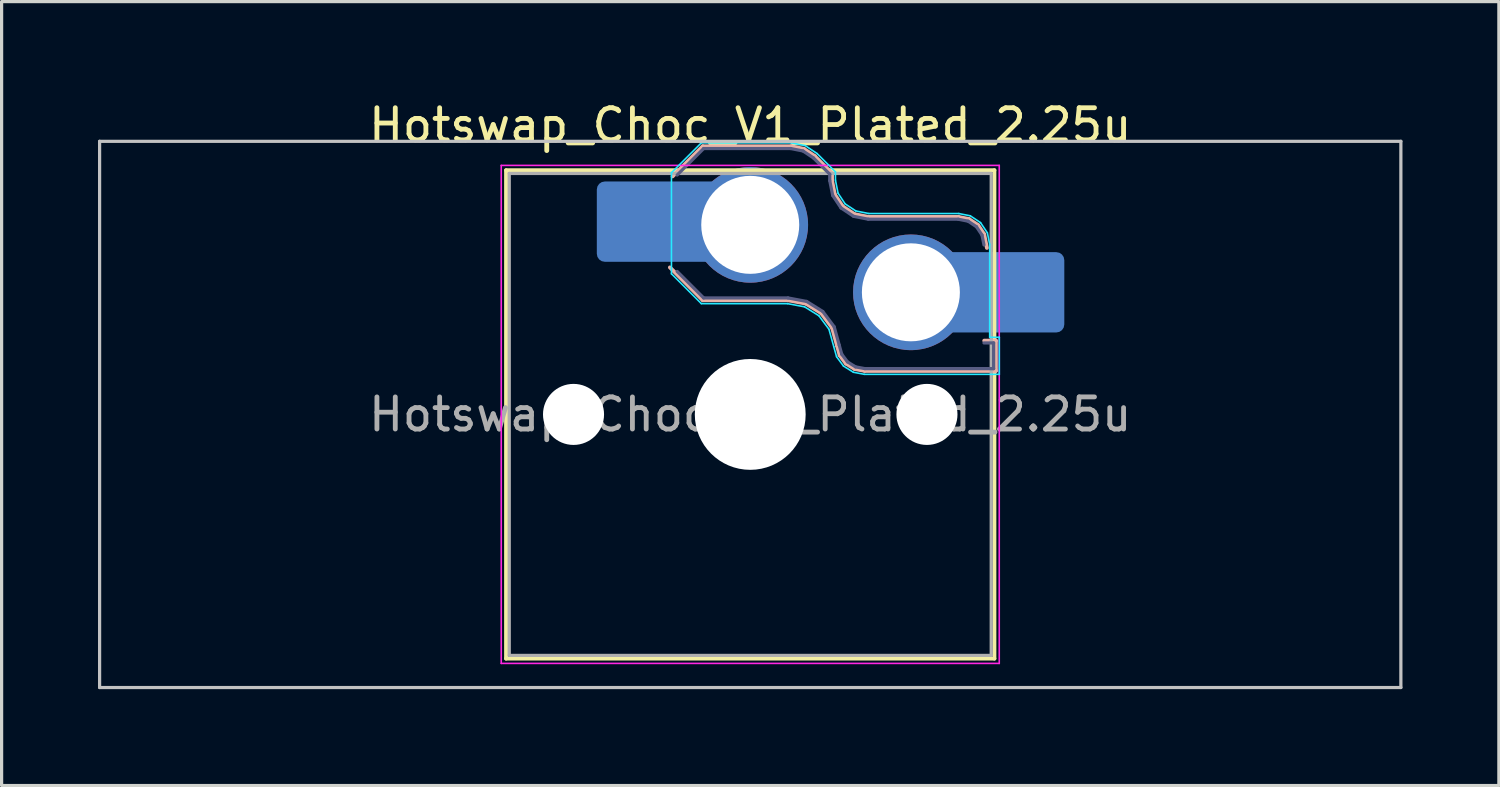
<source format=kicad_pcb>
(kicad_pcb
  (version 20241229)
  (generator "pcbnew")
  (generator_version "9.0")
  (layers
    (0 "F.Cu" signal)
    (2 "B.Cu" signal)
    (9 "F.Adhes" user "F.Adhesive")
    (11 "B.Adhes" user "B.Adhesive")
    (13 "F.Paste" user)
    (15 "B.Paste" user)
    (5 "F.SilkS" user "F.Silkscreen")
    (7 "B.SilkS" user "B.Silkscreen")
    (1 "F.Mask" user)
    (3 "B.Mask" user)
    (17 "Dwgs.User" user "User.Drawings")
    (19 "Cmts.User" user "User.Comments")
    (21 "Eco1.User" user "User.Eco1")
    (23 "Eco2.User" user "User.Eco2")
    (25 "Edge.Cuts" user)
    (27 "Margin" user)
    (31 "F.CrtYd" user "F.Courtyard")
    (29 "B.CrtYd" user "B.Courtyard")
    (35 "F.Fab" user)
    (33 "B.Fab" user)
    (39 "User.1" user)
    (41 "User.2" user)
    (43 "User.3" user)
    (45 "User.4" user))
  (footprint "Hotswap_Choc_V1_Plated_2.25u"
    (layer "F.Cu")
    (at 20.3 9.848)
    (property "Reference" "Hotswap_Choc_V1_Plated_2.25u" (at 0 -9 0) (layer "F.SilkS") (effects (font (size 1 1) (thickness 0.15))))
    (attr smd allow_soldermask_bridges)
    (fp_line (start -7.6 -7.6) (end -7.6 7.6) (stroke (width 0.12) (type solid)) (layer "F.SilkS"))
    (fp_line (start -7.6 7.6) (end 7.6 7.6) (stroke (width 0.12) (type solid)) (layer "F.SilkS"))
    (fp_line (start 7.6 -7.6) (end -7.6 -7.6) (stroke (width 0.12) (type solid)) (layer "F.SilkS"))
    (fp_line (start 7.6 7.6) (end 7.6 -7.6) (stroke (width 0.12) (type solid)) (layer "F.SilkS"))
    (fp_line (start -2.416 -7.409) (end -1.479 -8.346) (stroke (width 0.12) (type solid)) (layer "B.SilkS"))
    (fp_line (start -1.479 -8.346) (end 1.268 -8.346) (stroke (width 0.12) (type solid)) (layer "B.SilkS"))
    (fp_line (start -1.479 -3.554) (end -2.5 -4.575) (stroke (width 0.12) (type solid)) (layer "B.SilkS"))
    (fp_line (start 1.168 -3.554) (end -1.479 -3.554) (stroke (width 0.12) (type solid)) (layer "B.SilkS"))
    (fp_line (start 1.268 -8.346) (end 1.671 -8.266) (stroke (width 0.12) (type solid)) (layer "B.SilkS"))
    (fp_line (start 1.671 -8.266) (end 2.013 -8.037) (stroke (width 0.12) (type solid)) (layer "B.SilkS"))
    (fp_line (start 1.73 -3.449) (end 1.168 -3.554) (stroke (width 0.12) (type solid)) (layer "B.SilkS"))
    (fp_line (start 2.013 -8.037) (end 2.546 -7.504) (stroke (width 0.12) (type solid)) (layer "B.SilkS"))
    (fp_line (start 2.209 -3.15) (end 1.73 -3.449) (stroke (width 0.12) (type solid)) (layer "B.SilkS"))
    (fp_line (start 2.546 -7.504) (end 2.546 -7.282) (stroke (width 0.12) (type solid)) (layer "B.SilkS"))
    (fp_line (start 2.546 -7.282) (end 2.633 -6.844) (stroke (width 0.12) (type solid)) (layer "B.SilkS"))
    (fp_line (start 2.547 -2.697) (end 2.209 -3.15) (stroke (width 0.12) (type solid)) (layer "B.SilkS"))
    (fp_line (start 2.633 -6.844) (end 2.877 -6.477) (stroke (width 0.12) (type solid)) (layer "B.SilkS"))
    (fp_line (start 2.701 -2.139) (end 2.547 -2.697) (stroke (width 0.12) (type solid)) (layer "B.SilkS"))
    (fp_line (start 2.783 -1.841) (end 2.701 -2.139) (stroke (width 0.12) (type solid)) (layer "B.SilkS"))
    (fp_line (start 2.877 -6.477) (end 3.244 -6.233) (stroke (width 0.12) (type solid)) (layer "B.SilkS"))
    (fp_line (start 2.976 -1.583) (end 2.783 -1.841) (stroke (width 0.12) (type solid)) (layer "B.SilkS"))
    (fp_line (start 3.244 -6.233) (end 3.682 -6.146) (stroke (width 0.12) (type solid)) (layer "B.SilkS"))
    (fp_line (start 3.25 -1.413) (end 2.976 -1.583) (stroke (width 0.12) (type solid)) (layer "B.SilkS"))
    (fp_line (start 3.56 -1.354) (end 3.25 -1.413) (stroke (width 0.12) (type solid)) (layer "B.SilkS"))
    (fp_line (start 3.682 -6.146) (end 6.482 -6.146) (stroke (width 0.12) (type solid)) (layer "B.SilkS"))
    (fp_line (start 6.482 -6.146) (end 6.809 -6.081) (stroke (width 0.12) (type solid)) (layer "B.SilkS"))
    (fp_line (start 6.809 -6.081) (end 7.092 -5.892) (stroke (width 0.12) (type solid)) (layer "B.SilkS"))
    (fp_line (start 7.092 -5.892) (end 7.281 -5.609) (stroke (width 0.12) (type solid)) (layer "B.SilkS"))
    (fp_line (start 7.281 -5.609) (end 7.366 -5.182) (stroke (width 0.12) (type solid)) (layer "B.SilkS"))
    (fp_line (start 7.283 -2.296) (end 7.646 -2.296) (stroke (width 0.12) (type solid)) (layer "B.SilkS"))
    (fp_line (start 7.646 -2.296) (end 7.646 -1.354) (stroke (width 0.12) (type solid)) (layer "B.SilkS"))
    (fp_line (start 7.646 -1.354) (end 3.56 -1.354) (stroke (width 0.12) (type solid)) (layer "B.SilkS"))
    (fp_line (start -20.25 -8.5) (end -20.25 8.5) (stroke (width 0.1) (type solid)) (layer "Dwgs.User"))
    (fp_line (start -20.25 8.5) (end 20.25 8.5) (stroke (width 0.1) (type solid)) (layer "Dwgs.User"))
    (fp_line (start 20.25 -8.5) (end -20.25 -8.5) (stroke (width 0.1) (type solid)) (layer "Dwgs.User"))
    (fp_line (start 20.25 8.5) (end 20.25 -8.5) (stroke (width 0.1) (type solid)) (layer "Dwgs.User"))
    (fp_line (start -7.25 -7.25) (end -7.25 7.25) (stroke (width 0.1) (type solid)) (layer "Eco1.User"))
    (fp_line (start -7.25 7.25) (end 7.25 7.25) (stroke (width 0.1) (type solid)) (layer "Eco1.User"))
    (fp_line (start 7.25 -7.25) (end -7.25 -7.25) (stroke (width 0.1) (type solid)) (layer "Eco1.User"))
    (fp_line (start 7.25 7.25) (end 7.25 -7.25) (stroke (width 0.1) (type solid)) (layer "Eco1.User"))
    (fp_line (start -2.452 -7.523) (end -1.523 -8.452) (stroke (width 0.05) (type solid)) (layer "B.CrtYd"))
    (fp_line (start -2.452 -4.377) (end -2.452 -7.523) (stroke (width 0.05) (type solid)) (layer "B.CrtYd"))
    (fp_line (start -1.523 -8.452) (end 1.278 -8.452) (stroke (width 0.05) (type solid)) (layer "B.CrtYd"))
    (fp_line (start -1.523 -3.448) (end -2.452 -4.377) (stroke (width 0.05) (type solid)) (layer "B.CrtYd"))
    (fp_line (start 1.159 -3.448) (end -1.523 -3.448) (stroke (width 0.05) (type solid)) (layer "B.CrtYd"))
    (fp_line (start 1.278 -8.452) (end 1.712 -8.366) (stroke (width 0.05) (type solid)) (layer "B.CrtYd"))
    (fp_line (start 1.691 -3.348) (end 1.159 -3.448) (stroke (width 0.05) (type solid)) (layer "B.CrtYd"))
    (fp_line (start 1.712 -8.366) (end 2.081 -8.119) (stroke (width 0.05) (type solid)) (layer "B.CrtYd"))
    (fp_line (start 2.081 -8.119) (end 2.652 -7.548) (stroke (width 0.05) (type solid)) (layer "B.CrtYd"))
    (fp_line (start 2.136 -3.071) (end 1.691 -3.348) (stroke (width 0.05) (type solid)) (layer "B.CrtYd"))
    (fp_line (start 2.45 -2.65) (end 2.136 -3.071) (stroke (width 0.05) (type solid)) (layer "B.CrtYd"))
    (fp_line (start 2.599 -2.111) (end 2.45 -2.65) (stroke (width 0.05) (type solid)) (layer "B.CrtYd"))
    (fp_line (start 2.652 -7.548) (end 2.652 -7.292) (stroke (width 0.05) (type solid)) (layer "B.CrtYd"))
    (fp_line (start 2.652 -7.292) (end 2.733 -6.885) (stroke (width 0.05) (type solid)) (layer "B.CrtYd"))
    (fp_line (start 2.687 -1.794) (end 2.599 -2.111) (stroke (width 0.05) (type solid)) (layer "B.CrtYd"))
    (fp_line (start 2.733 -6.885) (end 2.953 -6.553) (stroke (width 0.05) (type solid)) (layer "B.CrtYd"))
    (fp_line (start 2.903 -1.503) (end 2.687 -1.794) (stroke (width 0.05) (type solid)) (layer "B.CrtYd"))
    (fp_line (start 2.953 -6.553) (end 3.285 -6.333) (stroke (width 0.05) (type solid)) (layer "B.CrtYd"))
    (fp_line (start 3.211 -1.312) (end 2.903 -1.503) (stroke (width 0.05) (type solid)) (layer "B.CrtYd"))
    (fp_line (start 3.285 -6.333) (end 3.692 -6.252) (stroke (width 0.05) (type solid)) (layer "B.CrtYd"))
    (fp_line (start 3.55 -1.248) (end 3.211 -1.312) (stroke (width 0.05) (type solid)) (layer "B.CrtYd"))
    (fp_line (start 3.692 -6.252) (end 6.492 -6.252) (stroke (width 0.05) (type solid)) (layer "B.CrtYd"))
    (fp_line (start 6.492 -6.252) (end 6.85 -6.181) (stroke (width 0.05) (type solid)) (layer "B.CrtYd"))
    (fp_line (start 6.85 -6.181) (end 7.168 -5.968) (stroke (width 0.05) (type solid)) (layer "B.CrtYd"))
    (fp_line (start 7.168 -5.968) (end 7.381 -5.65) (stroke (width 0.05) (type solid)) (layer "B.CrtYd"))
    (fp_line (start 7.381 -5.65) (end 7.452 -5.292) (stroke (width 0.05) (type solid)) (layer "B.CrtYd"))
    (fp_line (start 7.452 -5.292) (end 7.452 -2.402) (stroke (width 0.05) (type solid)) (layer "B.CrtYd"))
    (fp_line (start 7.452 -2.402) (end 7.752 -2.402) (stroke (width 0.05) (type solid)) (layer "B.CrtYd"))
    (fp_line (start 7.752 -2.402) (end 7.752 -1.248) (stroke (width 0.05) (type solid)) (layer "B.CrtYd"))
    (fp_line (start 7.752 -1.248) (end 3.55 -1.248) (stroke (width 0.05) (type solid)) (layer "B.CrtYd"))
    (fp_line (start -7.75 -7.75) (end -7.75 7.75) (stroke (width 0.05) (type solid)) (layer "F.CrtYd"))
    (fp_line (start -7.75 7.75) (end 7.75 7.75) (stroke (width 0.05) (type solid)) (layer "F.CrtYd"))
    (fp_line (start 7.75 -7.75) (end -7.75 -7.75) (stroke (width 0.05) (type solid)) (layer "F.CrtYd"))
    (fp_line (start 7.75 7.75) (end 7.75 -7.75) (stroke (width 0.05) (type solid)) (layer "F.CrtYd"))
    (fp_line (start -2.275 -7.45) (end -1.45 -8.275) (stroke (width 0.1) (type solid)) (layer "B.Fab"))
    (fp_line (start -1.45 -8.275) (end 1.261 -8.275) (stroke (width 0.1) (type solid)) (layer "B.Fab"))
    (fp_line (start -1.45 -3.625) (end -2.275 -4.45) (stroke (width 0.1) (type solid)) (layer "B.Fab"))
    (fp_line (start 1.175 -3.625) (end -1.45 -3.625) (stroke (width 0.1) (type solid)) (layer "B.Fab"))
    (fp_line (start 1.261 -8.275) (end 1.643 -8.199) (stroke (width 0.1) (type solid)) (layer "B.Fab"))
    (fp_line (start 1.643 -8.199) (end 1.968 -7.982) (stroke (width 0.1) (type solid)) (layer "B.Fab"))
    (fp_line (start 1.756 -3.516) (end 1.175 -3.625) (stroke (width 0.1) (type solid)) (layer "B.Fab"))
    (fp_line (start 1.968 -7.982) (end 2.475 -7.475) (stroke (width 0.1) (type solid)) (layer "B.Fab"))
    (fp_line (start 2.258 -3.203) (end 1.756 -3.516) (stroke (width 0.1) (type solid)) (layer "B.Fab"))
    (fp_line (start 2.475 -7.475) (end 2.475 -7.275) (stroke (width 0.1) (type solid)) (layer "B.Fab"))
    (fp_line (start 2.475 -7.275) (end 2.566 -6.816) (stroke (width 0.1) (type solid)) (layer "B.Fab"))
    (fp_line (start 2.566 -6.816) (end 2.826 -6.426) (stroke (width 0.1) (type solid)) (layer "B.Fab"))
    (fp_line (start 2.612 -2.729) (end 2.258 -3.203) (stroke (width 0.1) (type solid)) (layer "B.Fab"))
    (fp_line (start 2.769 -2.158) (end 2.612 -2.729) (stroke (width 0.1) (type solid)) (layer "B.Fab"))
    (fp_line (start 2.826 -6.426) (end 3.216 -6.166) (stroke (width 0.1) (type solid)) (layer "B.Fab"))
    (fp_line (start 2.848 -1.873) (end 2.769 -2.158) (stroke (width 0.1) (type solid)) (layer "B.Fab"))
    (fp_line (start 3.025 -1.636) (end 2.848 -1.873) (stroke (width 0.1) (type solid)) (layer "B.Fab"))
    (fp_line (start 3.216 -6.166) (end 3.675 -6.075) (stroke (width 0.1) (type solid)) (layer "B.Fab"))
    (fp_line (start 3.276 -1.48) (end 3.025 -1.636) (stroke (width 0.1) (type solid)) (layer "B.Fab"))
    (fp_line (start 3.567 -1.425) (end 3.276 -1.48) (stroke (width 0.1) (type solid)) (layer "B.Fab"))
    (fp_line (start 3.675 -6.075) (end 6.475 -6.075) (stroke (width 0.1) (type solid)) (layer "B.Fab"))
    (fp_line (start 6.475 -6.075) (end 6.781 -6.014) (stroke (width 0.1) (type solid)) (layer "B.Fab"))
    (fp_line (start 6.781 -6.014) (end 7.041 -5.841) (stroke (width 0.1) (type solid)) (layer "B.Fab"))
    (fp_line (start 7.041 -5.841) (end 7.214 -5.581) (stroke (width 0.1) (type solid)) (layer "B.Fab"))
    (fp_line (start 7.214 -5.581) (end 7.275 -5.275) (stroke (width 0.1) (type solid)) (layer "B.Fab"))
    (fp_line (start 7.275 -2.225) (end 7.575 -2.225) (stroke (width 0.1) (type solid)) (layer "B.Fab"))
    (fp_line (start 7.575 -2.225) (end 7.575 -1.425) (stroke (width 0.1) (type solid)) (layer "B.Fab"))
    (fp_line (start 7.575 -1.425) (end 3.567 -1.425) (stroke (width 0.1) (type solid)) (layer "B.Fab"))
    (fp_line (start -7.5 -7.5) (end -7.5 7.5) (stroke (width 0.1) (type solid)) (layer "F.Fab"))
    (fp_line (start -7.5 7.5) (end 7.5 7.5) (stroke (width 0.1) (type solid)) (layer "F.Fab"))
    (fp_line (start 7.5 -7.5) (end -7.5 -7.5) (stroke (width 0.1) (type solid)) (layer "F.Fab"))
    (fp_line (start 7.5 7.5) (end 7.5 -7.5) (stroke (width 0.1) (type solid)) (layer "F.Fab"))
    (fp_text user "${REFERENCE}" (at 0 0 0) (layer "F.Fab") (effects (font (size 1 1) (thickness 0.15))))
    (pad "" np_thru_hole circle (at -5.5 0) (size 1.9 1.9) (drill 1.9) (layers "*.Cu" "*.Mask"))
    (pad "" smd roundrect (at -3.5 -6) (size 2.55 2.5) (layers "B.Mask" "B.Paste") (roundrect_rratio 0.1))
    (pad "" np_thru_hole circle (at 0 0) (size 3.45 3.45) (drill 3.45) (layers "*.Cu" "*.Mask"))
    (pad "" np_thru_hole circle (at 5.5 0) (size 1.9 1.9) (drill 1.9) (layers "*.Cu" "*.Mask"))
    (pad "" smd roundrect (at 8.5 -3.8) (size 2.55 2.5) (layers "B.Mask" "B.Paste") (roundrect_rratio 0.1))
    (pad "1" smd roundrect (at -2.85 -6) (size 3.85 2.5) (layers "B.Cu") (roundrect_rratio 0.1))
    (pad "1" thru_hole circle (at 0 -5.9) (size 3.6 3.6) (drill 3.05) (layers "*.Cu" "*.Mask"))
    (pad "2" thru_hole circle (at 5 -3.8) (size 3.6 3.6) (drill 3.05) (layers "*.Cu" "*.Mask"))
    (pad "2" smd roundrect (at 7.85 -3.8) (size 3.85 2.5) (layers "B.Cu") (roundrect_rratio 0.1)))
  (gr_rect
    (start -3 -3)
    (end 43.6 21.398)
    (stroke (width 0.1) (type default))
    (fill no)
    (layer "Edge.Cuts")))
</source>
